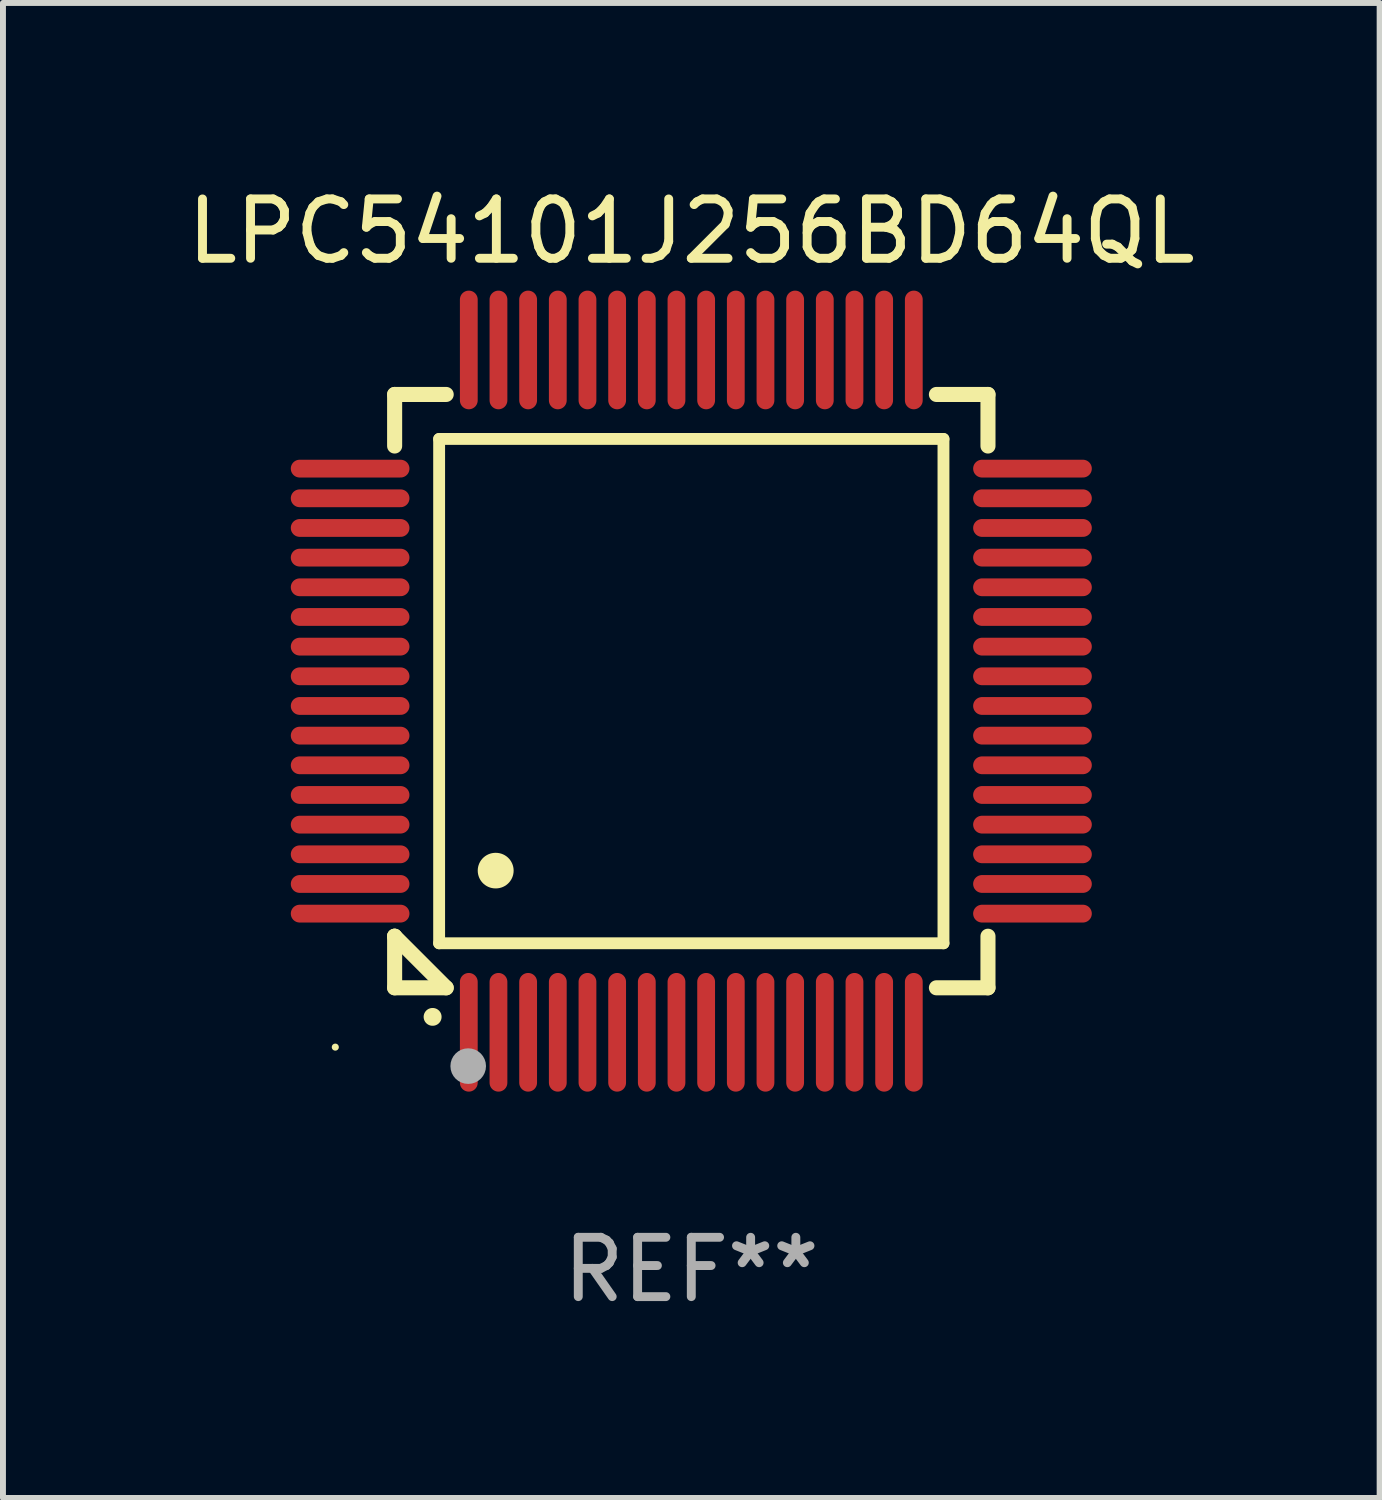
<source format=kicad_pcb>
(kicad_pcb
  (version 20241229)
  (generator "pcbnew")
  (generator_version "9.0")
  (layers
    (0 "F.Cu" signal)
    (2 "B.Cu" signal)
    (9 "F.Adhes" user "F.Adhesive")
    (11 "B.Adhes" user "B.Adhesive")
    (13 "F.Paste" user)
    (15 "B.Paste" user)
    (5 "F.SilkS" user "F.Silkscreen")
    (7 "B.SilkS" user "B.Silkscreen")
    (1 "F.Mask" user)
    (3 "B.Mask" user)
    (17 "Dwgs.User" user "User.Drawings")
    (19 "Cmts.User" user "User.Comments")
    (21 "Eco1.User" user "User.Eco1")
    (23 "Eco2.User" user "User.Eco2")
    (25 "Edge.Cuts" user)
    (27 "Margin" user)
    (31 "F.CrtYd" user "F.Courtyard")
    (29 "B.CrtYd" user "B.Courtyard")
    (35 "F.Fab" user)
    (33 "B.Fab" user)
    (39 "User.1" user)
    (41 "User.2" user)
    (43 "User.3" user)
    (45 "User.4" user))
  (footprint "LPC54101J256BD64QL"
    (layer "F.Cu")
    (at 8.601 8.598)
    (property "Reference" "LPC54101J256BD64QL" (at 0 -7.75 0) (layer "F.SilkS") (effects (font (size 1 1) (thickness 0.15))))
    (attr through_hole)
    (fp_line (start -5 -5) (end -4.131 -5) (stroke (width 0.254) (type solid)) (layer "F.SilkS"))
    (fp_line (start -5 -4.131) (end -5 -5) (stroke (width 0.254) (type solid)) (layer "F.SilkS"))
    (fp_line (start -5 4.131) (end -5 4.131) (stroke (width 0.254) (type solid)) (layer "F.SilkS"))
    (fp_line (start -5 5) (end -5 4.131) (stroke (width 0.254) (type solid)) (layer "F.SilkS"))
    (fp_line (start -5 4.131) (end -4.131 5) (stroke (width 0.254) (type solid)) (layer "F.SilkS"))
    (fp_line (start -4.25 -4.25) (end -4.25 4.25) (stroke (width 0.2) (type solid)) (layer "F.SilkS"))
    (fp_line (start -4.25 4.25) (end 4.25 4.25) (stroke (width 0.2) (type solid)) (layer "F.SilkS"))
    (fp_line (start -4.131 5) (end -5 5) (stroke (width 0.254) (type solid)) (layer "F.SilkS"))
    (fp_line (start 4.25 -4.25) (end -4.25 -4.25) (stroke (width 0.2) (type solid)) (layer "F.SilkS"))
    (fp_line (start 4.25 4.25) (end 4.25 -4.25) (stroke (width 0.2) (type solid)) (layer "F.SilkS"))
    (fp_line (start 5 -5) (end 4.131 -5) (stroke (width 0.254) (type solid)) (layer "F.SilkS"))
    (fp_line (start 5 -5) (end 5 -4.131) (stroke (width 0.254) (type solid)) (layer "F.SilkS"))
    (fp_line (start 5 4.131) (end 5 5) (stroke (width 0.254) (type solid)) (layer "F.SilkS"))
    (fp_line (start 5 5) (end 4.131 5) (stroke (width 0.254) (type solid)) (layer "F.SilkS"))
    (fp_arc (start -4.361265 5.489992) (mid -4.359995 5.489987) (end -4.358725 5.489992) (stroke (width 0.3) (type solid)) (layer "F.SilkS"))
    (fp_arc (start -3.299467 3.025146) (mid -3.296927 3.025135) (end -3.294387 3.025146) (stroke (width 0.6) (type solid)) (layer "F.SilkS"))
    (fp_circle (center -6 6) (end -5.97 6) (stroke (width 0.06) (type solid)) (fill no) (layer "F.SilkS"))
    (fp_circle (center -3.76 6.32) (end -3.61 6.32) (stroke (width 0.3) (type solid)) (fill no) (layer "F.Fab"))
    (fp_text user "REF**" (at 0 9.75 0) (layer "F.Fab") (effects (font (size 1 1) (thickness 0.15))))
    (pad "1" smd oval (at -3.75 5.75) (size 0.3 2) (layers "F.Cu" "F.Mask" "F.Paste"))
    (pad "2" smd oval (at -3.25 5.75) (size 0.3 2) (layers "F.Cu" "F.Mask" "F.Paste"))
    (pad "3" smd oval (at -2.75 5.75) (size 0.3 2) (layers "F.Cu" "F.Mask" "F.Paste"))
    (pad "4" smd oval (at -2.25 5.75) (size 0.3 2) (layers "F.Cu" "F.Mask" "F.Paste"))
    (pad "5" smd oval (at -1.75 5.75) (size 0.3 2) (layers "F.Cu" "F.Mask" "F.Paste"))
    (pad "6" smd oval (at -1.25 5.75) (size 0.3 2) (layers "F.Cu" "F.Mask" "F.Paste"))
    (pad "7" smd oval (at -0.75 5.75) (size 0.3 2) (layers "F.Cu" "F.Mask" "F.Paste"))
    (pad "8" smd oval (at -0.25 5.75) (size 0.3 2) (layers "F.Cu" "F.Mask" "F.Paste"))
    (pad "9" smd oval (at 0.25 5.75) (size 0.3 2) (layers "F.Cu" "F.Mask" "F.Paste"))
    (pad "10" smd oval (at 0.75 5.75) (size 0.3 2) (layers "F.Cu" "F.Mask" "F.Paste"))
    (pad "11" smd oval (at 1.25 5.75) (size 0.3 2) (layers "F.Cu" "F.Mask" "F.Paste"))
    (pad "12" smd oval (at 1.75 5.75) (size 0.3 2) (layers "F.Cu" "F.Mask" "F.Paste"))
    (pad "13" smd oval (at 2.25 5.75) (size 0.3 2) (layers "F.Cu" "F.Mask" "F.Paste"))
    (pad "14" smd oval (at 2.75 5.75) (size 0.3 2) (layers "F.Cu" "F.Mask" "F.Paste"))
    (pad "15" smd oval (at 3.25 5.75) (size 0.3 2) (layers "F.Cu" "F.Mask" "F.Paste"))
    (pad "16" smd oval (at 3.75 5.75) (size 0.3 2) (layers "F.Cu" "F.Mask" "F.Paste"))
    (pad "17" smd oval (at 5.75 3.75) (size 2 0.3) (layers "F.Cu" "F.Mask" "F.Paste"))
    (pad "18" smd oval (at 5.75 3.25) (size 2 0.3) (layers "F.Cu" "F.Mask" "F.Paste"))
    (pad "19" smd oval (at 5.75 2.75) (size 2 0.3) (layers "F.Cu" "F.Mask" "F.Paste"))
    (pad "20" smd oval (at 5.75 2.25) (size 2 0.3) (layers "F.Cu" "F.Mask" "F.Paste"))
    (pad "21" smd oval (at 5.75 1.75) (size 2 0.3) (layers "F.Cu" "F.Mask" "F.Paste"))
    (pad "22" smd oval (at 5.75 1.25) (size 2 0.3) (layers "F.Cu" "F.Mask" "F.Paste"))
    (pad "23" smd oval (at 5.75 0.75) (size 2 0.3) (layers "F.Cu" "F.Mask" "F.Paste"))
    (pad "24" smd oval (at 5.75 0.25) (size 2 0.3) (layers "F.Cu" "F.Mask" "F.Paste"))
    (pad "25" smd oval (at 5.75 -0.25) (size 2 0.3) (layers "F.Cu" "F.Mask" "F.Paste"))
    (pad "26" smd oval (at 5.75 -0.75) (size 2 0.3) (layers "F.Cu" "F.Mask" "F.Paste"))
    (pad "27" smd oval (at 5.75 -1.25) (size 2 0.3) (layers "F.Cu" "F.Mask" "F.Paste"))
    (pad "28" smd oval (at 5.75 -1.75) (size 2 0.3) (layers "F.Cu" "F.Mask" "F.Paste"))
    (pad "29" smd oval (at 5.75 -2.25) (size 2 0.3) (layers "F.Cu" "F.Mask" "F.Paste"))
    (pad "30" smd oval (at 5.75 -2.75) (size 2 0.3) (layers "F.Cu" "F.Mask" "F.Paste"))
    (pad "31" smd oval (at 5.75 -3.25) (size 2 0.3) (layers "F.Cu" "F.Mask" "F.Paste"))
    (pad "32" smd oval (at 5.75 -3.75) (size 2 0.3) (layers "F.Cu" "F.Mask" "F.Paste"))
    (pad "33" smd oval (at 3.75 -5.75) (size 0.3 2) (layers "F.Cu" "F.Mask" "F.Paste"))
    (pad "34" smd oval (at 3.25 -5.75) (size 0.3 2) (layers "F.Cu" "F.Mask" "F.Paste"))
    (pad "35" smd oval (at 2.75 -5.75) (size 0.3 2) (layers "F.Cu" "F.Mask" "F.Paste"))
    (pad "36" smd oval (at 2.25 -5.75) (size 0.3 2) (layers "F.Cu" "F.Mask" "F.Paste"))
    (pad "37" smd oval (at 1.75 -5.75) (size 0.3 2) (layers "F.Cu" "F.Mask" "F.Paste"))
    (pad "38" smd oval (at 1.25 -5.75) (size 0.3 2) (layers "F.Cu" "F.Mask" "F.Paste"))
    (pad "39" smd oval (at 0.75 -5.75) (size 0.3 2) (layers "F.Cu" "F.Mask" "F.Paste"))
    (pad "40" smd oval (at 0.25 -5.75) (size 0.3 2) (layers "F.Cu" "F.Mask" "F.Paste"))
    (pad "41" smd oval (at -0.25 -5.75) (size 0.3 2) (layers "F.Cu" "F.Mask" "F.Paste"))
    (pad "42" smd oval (at -0.75 -5.75) (size 0.3 2) (layers "F.Cu" "F.Mask" "F.Paste"))
    (pad "43" smd oval (at -1.25 -5.75) (size 0.3 2) (layers "F.Cu" "F.Mask" "F.Paste"))
    (pad "44" smd oval (at -1.75 -5.75) (size 0.3 2) (layers "F.Cu" "F.Mask" "F.Paste"))
    (pad "45" smd oval (at -2.25 -5.75) (size 0.3 2) (layers "F.Cu" "F.Mask" "F.Paste"))
    (pad "46" smd oval (at -2.75 -5.75) (size 0.3 2) (layers "F.Cu" "F.Mask" "F.Paste"))
    (pad "47" smd oval (at -3.25 -5.75) (size 0.3 2) (layers "F.Cu" "F.Mask" "F.Paste"))
    (pad "48" smd oval (at -3.75 -5.75) (size 0.3 2) (layers "F.Cu" "F.Mask" "F.Paste"))
    (pad "49" smd oval (at -5.75 -3.75) (size 2 0.3) (layers "F.Cu" "F.Mask" "F.Paste"))
    (pad "50" smd oval (at -5.75 -3.25) (size 2 0.3) (layers "F.Cu" "F.Mask" "F.Paste"))
    (pad "51" smd oval (at -5.75 -2.75) (size 2 0.3) (layers "F.Cu" "F.Mask" "F.Paste"))
    (pad "52" smd oval (at -5.75 -2.25) (size 2 0.3) (layers "F.Cu" "F.Mask" "F.Paste"))
    (pad "53" smd oval (at -5.75 -1.75) (size 2 0.3) (layers "F.Cu" "F.Mask" "F.Paste"))
    (pad "54" smd oval (at -5.75 -1.25) (size 2 0.3) (layers "F.Cu" "F.Mask" "F.Paste"))
    (pad "55" smd oval (at -5.75 -0.75) (size 2 0.3) (layers "F.Cu" "F.Mask" "F.Paste"))
    (pad "56" smd oval (at -5.75 -0.25) (size 2 0.3) (layers "F.Cu" "F.Mask" "F.Paste"))
    (pad "57" smd oval (at -5.75 0.25) (size 2 0.3) (layers "F.Cu" "F.Mask" "F.Paste"))
    (pad "58" smd oval (at -5.75 0.75) (size 2 0.3) (layers "F.Cu" "F.Mask" "F.Paste"))
    (pad "59" smd oval (at -5.75 1.25) (size 2 0.3) (layers "F.Cu" "F.Mask" "F.Paste"))
    (pad "60" smd oval (at -5.75 1.75) (size 2 0.3) (layers "F.Cu" "F.Mask" "F.Paste"))
    (pad "61" smd oval (at -5.75 2.25) (size 2 0.3) (layers "F.Cu" "F.Mask" "F.Paste"))
    (pad "62" smd oval (at -5.75 2.75) (size 2 0.3) (layers "F.Cu" "F.Mask" "F.Paste"))
    (pad "63" smd oval (at -5.75 3.25) (size 2 0.3) (layers "F.Cu" "F.Mask" "F.Paste"))
    (pad "64" smd oval (at -5.75 3.75) (size 2 0.3) (layers "F.Cu" "F.Mask" "F.Paste")))
  (gr_rect
    (start -3 -3)
    (end 20.202 22.196)
    (stroke (width 0.1) (type default))
    (fill no)
    (layer "Edge.Cuts")))
</source>
